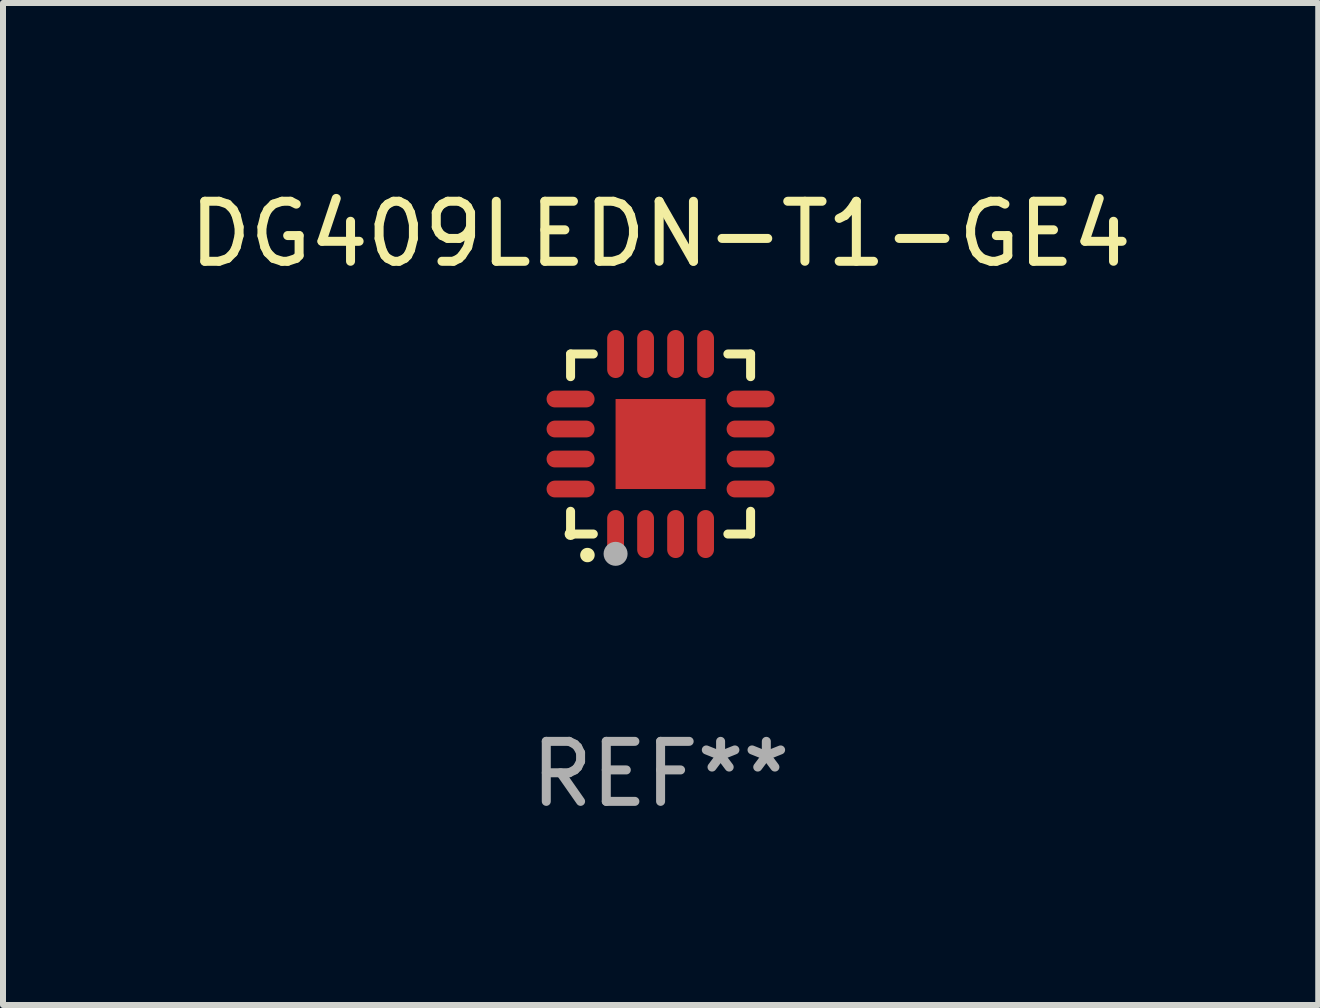
<source format=kicad_pcb>
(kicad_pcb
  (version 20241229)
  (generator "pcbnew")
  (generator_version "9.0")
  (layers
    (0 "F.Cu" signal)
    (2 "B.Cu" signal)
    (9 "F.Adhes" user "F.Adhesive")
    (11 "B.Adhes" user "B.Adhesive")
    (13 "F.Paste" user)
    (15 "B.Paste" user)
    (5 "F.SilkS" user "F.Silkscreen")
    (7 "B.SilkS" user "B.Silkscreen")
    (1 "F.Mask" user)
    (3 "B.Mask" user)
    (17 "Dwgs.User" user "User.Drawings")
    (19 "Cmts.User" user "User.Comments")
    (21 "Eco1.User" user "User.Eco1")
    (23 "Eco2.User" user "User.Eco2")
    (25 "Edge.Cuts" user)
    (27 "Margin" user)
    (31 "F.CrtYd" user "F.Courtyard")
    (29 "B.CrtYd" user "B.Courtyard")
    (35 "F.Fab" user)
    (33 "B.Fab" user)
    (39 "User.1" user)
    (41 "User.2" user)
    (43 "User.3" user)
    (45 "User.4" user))
  (footprint "DG409LEDN-T1-GE4"
    (layer "F.Cu")
    (at 7.958 4.349)
    (property "Reference" "DG409LEDN-T1-GE4" (at 0 -3.5 0) (layer "F.SilkS") (effects (font (size 1 1) (thickness 0.15))))
    (attr through_hole)
    (fp_line (start -1.5 -1.5) (end -1.121 -1.5) (stroke (width 0.15) (type solid)) (layer "F.SilkS"))
    (fp_line (start -1.5 -1.122) (end -1.5 -1.5) (stroke (width 0.15) (type solid)) (layer "F.SilkS"))
    (fp_line (start -1.5 1.5) (end -1.5 1.121) (stroke (width 0.15) (type solid)) (layer "F.SilkS"))
    (fp_line (start -1.121 1.5) (end -1.5 1.5) (stroke (width 0.15) (type solid)) (layer "F.SilkS"))
    (fp_line (start 1.121 -1.5) (end 1.5 -1.5) (stroke (width 0.15) (type solid)) (layer "F.SilkS"))
    (fp_line (start 1.5 -1.5) (end 1.5 -1.122) (stroke (width 0.15) (type solid)) (layer "F.SilkS"))
    (fp_line (start 1.5 1.121) (end 1.5 1.5) (stroke (width 0.15) (type solid)) (layer "F.SilkS"))
    (fp_line (start 1.5 1.5) (end 1.121 1.5) (stroke (width 0.15) (type solid)) (layer "F.SilkS"))
    (fp_arc (start -1.219926 1.850254) (mid -1.21891 1.85025) (end -1.217894 1.850254) (stroke (width 0.240005) (type solid)) (layer "F.SilkS"))
    (fp_circle (center -1.5 1.5) (end -1.45 1.5) (stroke (width 0.1) (type solid)) (fill no) (layer "F.SilkS"))
    (fp_circle (center -0.75 1.83) (end -0.65 1.83) (stroke (width 0.2) (type solid)) (fill no) (layer "F.Fab"))
    (fp_text user "REF**" (at 0 5.5 0) (layer "F.Fab") (effects (font (size 1 1) (thickness 0.15))))
    (pad "1" smd oval (at -0.75 1.5) (size 0.28 0.8) (layers "F.Cu" "F.Mask" "F.Paste"))
    (pad "2" smd oval (at -0.25 1.5) (size 0.28 0.8) (layers "F.Cu" "F.Mask" "F.Paste"))
    (pad "3" smd oval (at 0.25 1.5) (size 0.28 0.8) (layers "F.Cu" "F.Mask" "F.Paste"))
    (pad "4" smd oval (at 0.75 1.5) (size 0.28 0.8) (layers "F.Cu" "F.Mask" "F.Paste"))
    (pad "5" smd oval (at 1.5 0.75) (size 0.8 0.28) (layers "F.Cu" "F.Mask" "F.Paste"))
    (pad "6" smd oval (at 1.5 0.25) (size 0.8 0.28) (layers "F.Cu" "F.Mask" "F.Paste"))
    (pad "7" smd oval (at 1.5 -0.25) (size 0.8 0.28) (layers "F.Cu" "F.Mask" "F.Paste"))
    (pad "8" smd oval (at 1.5 -0.75) (size 0.8 0.28) (layers "F.Cu" "F.Mask" "F.Paste"))
    (pad "9" smd oval (at 0.75 -1.5) (size 0.28 0.8) (layers "F.Cu" "F.Mask" "F.Paste"))
    (pad "10" smd oval (at 0.25 -1.5) (size 0.28 0.8) (layers "F.Cu" "F.Mask" "F.Paste"))
    (pad "11" smd oval (at -0.25 -1.5) (size 0.28 0.8) (layers "F.Cu" "F.Mask" "F.Paste"))
    (pad "12" smd oval (at -0.75 -1.5) (size 0.28 0.8) (layers "F.Cu" "F.Mask" "F.Paste"))
    (pad "13" smd oval (at -1.5 -0.75) (size 0.8 0.28) (layers "F.Cu" "F.Mask" "F.Paste"))
    (pad "14" smd oval (at -1.5 -0.25) (size 0.8 0.28) (layers "F.Cu" "F.Mask" "F.Paste"))
    (pad "15" smd oval (at -1.5 0.25) (size 0.8 0.28) (layers "F.Cu" "F.Mask" "F.Paste"))
    (pad "16" smd oval (at -1.5 0.75) (size 0.8 0.28) (layers "F.Cu" "F.Mask" "F.Paste"))
    (pad "17" smd rect (at -0.000064 0.000165) (size 1.5 1.5) (layers "F.Cu" "F.Mask" "F.Paste")))
  (gr_rect
    (start -3 -3)
    (end 18.917 13.697)
    (stroke (width 0.1) (type default))
    (fill no)
    (layer "Edge.Cuts")))
</source>
